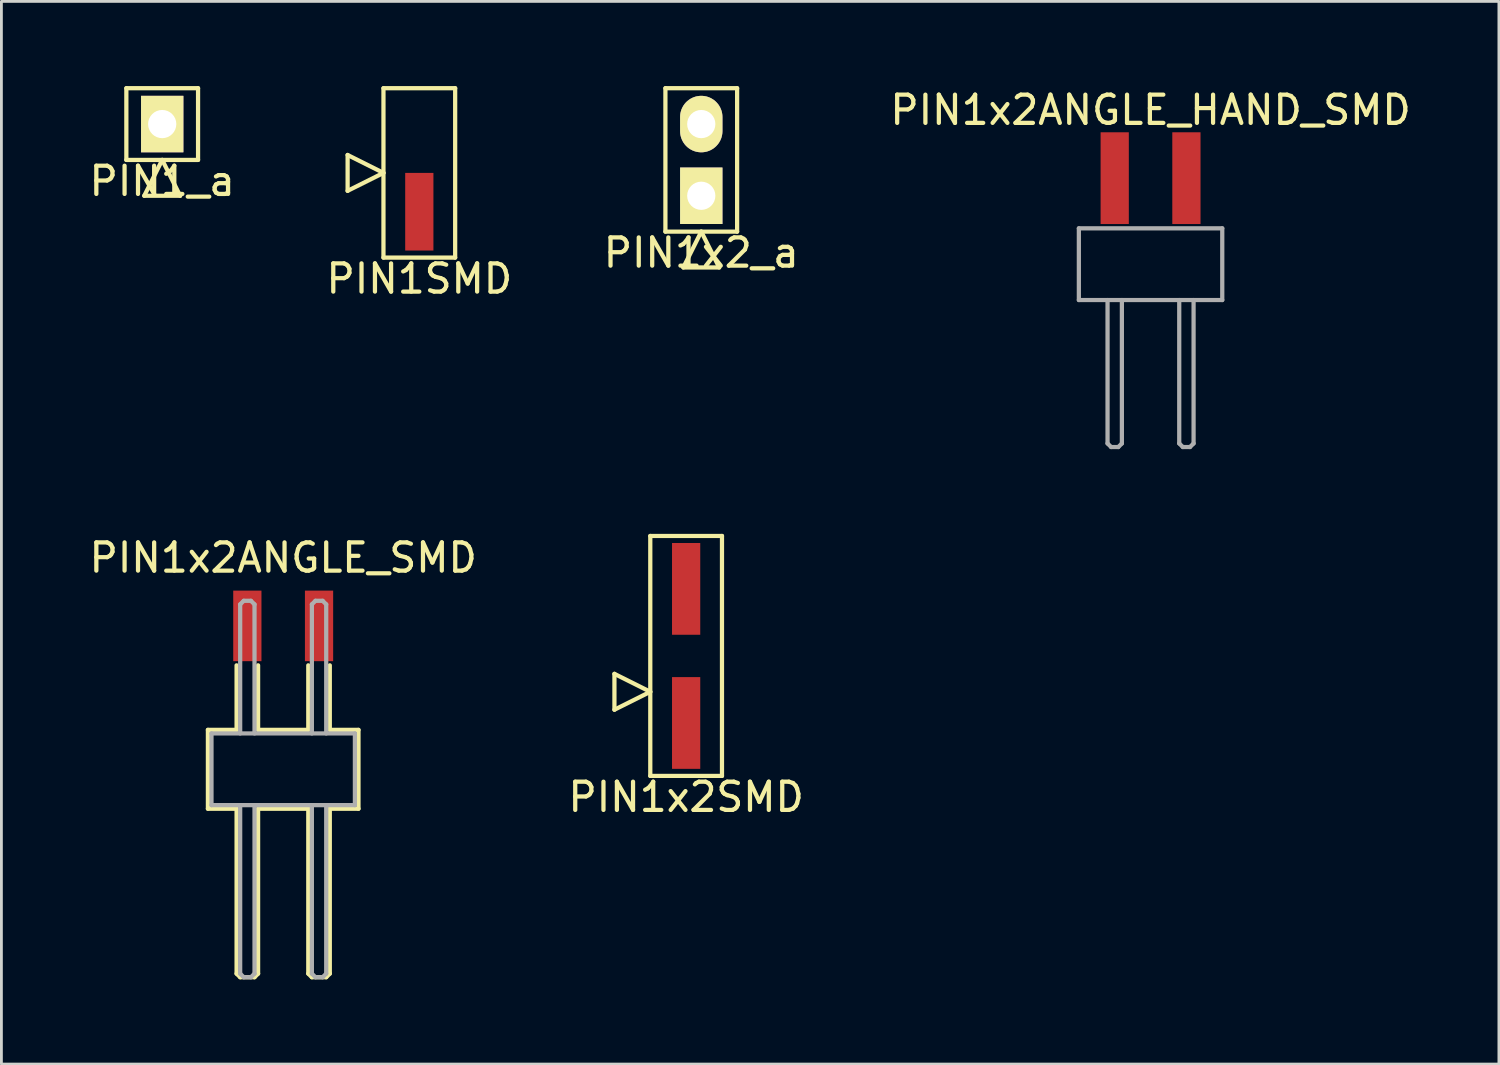
<source format=kicad_pcb>
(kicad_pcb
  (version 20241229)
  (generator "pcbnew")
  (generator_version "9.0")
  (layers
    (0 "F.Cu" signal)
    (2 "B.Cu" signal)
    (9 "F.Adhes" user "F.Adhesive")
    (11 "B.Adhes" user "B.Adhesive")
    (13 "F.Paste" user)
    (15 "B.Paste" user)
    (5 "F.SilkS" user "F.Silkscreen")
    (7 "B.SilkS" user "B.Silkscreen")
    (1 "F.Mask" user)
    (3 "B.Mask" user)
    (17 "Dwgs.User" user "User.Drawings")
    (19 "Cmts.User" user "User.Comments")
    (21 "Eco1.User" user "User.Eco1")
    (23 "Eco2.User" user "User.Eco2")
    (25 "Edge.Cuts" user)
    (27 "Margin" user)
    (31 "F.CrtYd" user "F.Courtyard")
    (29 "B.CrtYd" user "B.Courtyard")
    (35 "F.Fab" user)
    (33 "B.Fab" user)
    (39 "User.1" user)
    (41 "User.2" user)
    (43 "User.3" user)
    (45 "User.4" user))
  (footprint "PIN1x2_a"
    (layer "F.Cu")
    (at 21.792 2.615)
    (property "Reference" "PIN1x2_a" (at 0 3.29 0) (layer "F.SilkS") (effects (font (size 1 1) (thickness 0.15))))
    (attr through_hole)
    (fp_line (start -1.27 -2.54) (end -1.27 2.54) (stroke (width 0.15) (type solid)) (layer "F.SilkS"))
    (fp_line (start -1.27 2.54) (end 1.27 2.54) (stroke (width 0.15) (type solid)) (layer "F.SilkS"))
    (fp_line (start -0.635 3.81) (end 0 2.54) (stroke (width 0.15) (type solid)) (layer "F.SilkS"))
    (fp_line (start -0.635 3.81) (end 0.635 3.81) (stroke (width 0.15) (type solid)) (layer "F.SilkS"))
    (fp_line (start 0.635 3.81) (end 0 2.54) (stroke (width 0.15) (type solid)) (layer "F.SilkS"))
    (fp_line (start 1.27 -2.54) (end -1.27 -2.54) (stroke (width 0.15) (type solid)) (layer "F.SilkS"))
    (fp_line (start 1.27 2.54) (end 1.27 -2.54) (stroke (width 0.15) (type solid)) (layer "F.SilkS"))
    (pad "1" thru_hole rect (at 0 1.27) (size 1.5 2) (drill 1) (layers "*.Cu" "*.Mask" "F.SilkS"))
    (pad "2" thru_hole oval (at 0 -1.27) (size 1.5 2) (drill 1) (layers "*.Cu" "*.Mask" "F.SilkS")))
  (footprint "PIN1x2SMD"
    (layer "F.Cu")
    (at 21.256 20.186)
    (property "Reference" "PIN1x2SMD" (at 0 5 0) (layer "F.SilkS") (effects (font (size 1 1) (thickness 0.15))))
    (attr through_hole)
    (fp_line (start -2.54 1.905) (end -2.54 0.635) (stroke (width 0.15) (type solid)) (layer "F.SilkS"))
    (fp_line (start -1.27 -4.25) (end -1.27 4.25) (stroke (width 0.15) (type solid)) (layer "F.SilkS"))
    (fp_line (start -1.27 1.27) (end -2.54 0.635) (stroke (width 0.15) (type solid)) (layer "F.SilkS"))
    (fp_line (start -1.27 1.27) (end -2.54 1.905) (stroke (width 0.15) (type solid)) (layer "F.SilkS"))
    (fp_line (start -1.27 4.25) (end 1.27 4.25) (stroke (width 0.15) (type solid)) (layer "F.SilkS"))
    (fp_line (start 1.27 -4.25) (end -1.27 -4.25) (stroke (width 0.15) (type solid)) (layer "F.SilkS"))
    (fp_line (start 1.27 4.25) (end 1.27 -4.25) (stroke (width 0.15) (type solid)) (layer "F.SilkS"))
    (pad "1" smd rect (at 0 2.375) (size 1 3.25) (layers "F.Cu" "F.Mask" "F.Paste"))
    (pad "2" smd rect (at 0 -2.375) (size 1 3.25) (layers "F.Cu" "F.Mask" "F.Paste")))
  (footprint "PIN1x2ANGLE_HAND_SMD"
    (layer "F.Cu")
    (at 37.708 3.261)
    (property "Reference" "PIN1x2ANGLE_HAND_SMD" (at 0 -2.413 0) (layer "F.SilkS") (effects (font (size 1 1) (thickness 0.15))))
    (attr through_hole)
    (fp_line (start -2.54 1.778) (end 2.54 1.778) (stroke (width 0.15) (type solid)) (layer "F.Fab"))
    (fp_line (start -2.54 4.318) (end -2.54 1.778) (stroke (width 0.15) (type solid)) (layer "F.Fab"))
    (fp_line (start -1.524 4.318) (end -1.524 9.398) (stroke (width 0.15) (type solid)) (layer "F.Fab"))
    (fp_line (start -1.524 9.398) (end -1.397 9.525) (stroke (width 0.15) (type solid)) (layer "F.Fab"))
    (fp_line (start -1.397 9.525) (end -1.143 9.525) (stroke (width 0.15) (type solid)) (layer "F.Fab"))
    (fp_line (start -1.143 9.525) (end -1.016 9.398) (stroke (width 0.15) (type solid)) (layer "F.Fab"))
    (fp_line (start -1.016 9.398) (end -1.016 4.318) (stroke (width 0.15) (type solid)) (layer "F.Fab"))
    (fp_line (start 1.016 4.318) (end 1.016 9.398) (stroke (width 0.15) (type solid)) (layer "F.Fab"))
    (fp_line (start 1.016 9.398) (end 1.143 9.525) (stroke (width 0.15) (type solid)) (layer "F.Fab"))
    (fp_line (start 1.143 9.525) (end 1.397 9.525) (stroke (width 0.15) (type solid)) (layer "F.Fab"))
    (fp_line (start 1.397 9.525) (end 1.524 9.398) (stroke (width 0.15) (type solid)) (layer "F.Fab"))
    (fp_line (start 1.524 9.398) (end 1.524 4.318) (stroke (width 0.15) (type solid)) (layer "F.Fab"))
    (fp_line (start 2.54 1.778) (end 2.54 4.318) (stroke (width 0.15) (type solid)) (layer "F.Fab"))
    (fp_line (start 2.54 4.318) (end -2.54 4.318) (stroke (width 0.15) (type solid)) (layer "F.Fab"))
    (pad "1" smd rect (at -1.27 0) (size 1 3.25) (layers "F.Cu" "F.Mask" "F.Paste"))
    (pad "2" smd rect (at 1.27 0) (size 1 3.25) (layers "F.Cu" "F.Mask" "F.Paste")))
  (footprint "PIN1SMD"
    (layer "F.Cu")
    (at 11.804 3.075)
    (property "Reference" "PIN1SMD" (at 0 3.75 0) (layer "F.SilkS") (effects (font (size 1 1) (thickness 0.15))))
    (attr through_hole)
    (fp_line (start -2.54 0.635) (end -2.54 -0.635) (stroke (width 0.15) (type solid)) (layer "F.SilkS"))
    (fp_line (start -1.27 -3) (end -1.27 3) (stroke (width 0.15) (type solid)) (layer "F.SilkS"))
    (fp_line (start -1.27 0) (end -2.54 -0.635) (stroke (width 0.15) (type solid)) (layer "F.SilkS"))
    (fp_line (start -1.27 0) (end -2.54 0.635) (stroke (width 0.15) (type solid)) (layer "F.SilkS"))
    (fp_line (start -1.27 3) (end 1.27 3) (stroke (width 0.15) (type solid)) (layer "F.SilkS"))
    (fp_line (start 1.27 -3) (end -1.27 -3) (stroke (width 0.15) (type solid)) (layer "F.SilkS"))
    (fp_line (start 1.27 3) (end 1.27 -3) (stroke (width 0.15) (type solid)) (layer "F.SilkS"))
    (pad "1" smd rect (at 0 1.375) (size 1 2.75) (layers "F.Cu" "F.Mask" "F.Paste")))
  (footprint "PIN1_a"
    (layer "F.Cu")
    (at 2.696 1.345)
    (property "Reference" "PIN1_a" (at 0 2.02 0) (layer "F.SilkS") (effects (font (size 1 1) (thickness 0.15))))
    (attr through_hole)
    (fp_line (start -1.27 -1.27) (end -1.27 1.27) (stroke (width 0.15) (type solid)) (layer "F.SilkS"))
    (fp_line (start -1.27 1.27) (end 1.27 1.27) (stroke (width 0.15) (type solid)) (layer "F.SilkS"))
    (fp_line (start -0.635 2.54) (end 0 1.27) (stroke (width 0.15) (type solid)) (layer "F.SilkS"))
    (fp_line (start -0.635 2.54) (end 0.635 2.54) (stroke (width 0.15) (type solid)) (layer "F.SilkS"))
    (fp_line (start 0.635 2.54) (end 0 1.27) (stroke (width 0.15) (type solid)) (layer "F.SilkS"))
    (fp_line (start 1.27 -1.27) (end -1.27 -1.27) (stroke (width 0.15) (type solid)) (layer "F.SilkS"))
    (fp_line (start 1.27 1.27) (end 1.27 -1.27) (stroke (width 0.15) (type solid)) (layer "F.SilkS"))
    (pad "1" thru_hole rect (at 0 0) (size 1.5 2) (drill 1) (layers "*.Cu" "*.Mask" "F.SilkS")))
  (footprint "PIN1x2ANGLE_SMD"
    (layer "F.Cu")
    (at 6.982 19.122)
    (property "Reference" "PIN1x2ANGLE_SMD" (at 0 -2.413 0) (layer "F.SilkS") (effects (font (size 1 1) (thickness 0.15))))
    (attr through_hole)
    (fp_line (start -2.667 3.683) (end -2.667 6.477) (stroke (width 0.15) (type solid)) (layer "F.SilkS"))
    (fp_line (start -2.667 6.477) (end -1.651 6.477) (stroke (width 0.15) (type solid)) (layer "F.SilkS"))
    (fp_line (start -1.651 1.397) (end -1.651 3.683) (stroke (width 0.15) (type solid)) (layer "F.SilkS"))
    (fp_line (start -1.651 3.683) (end -2.667 3.683) (stroke (width 0.15) (type solid)) (layer "F.SilkS"))
    (fp_line (start -1.651 6.477) (end -1.651 12.319) (stroke (width 0.15) (type solid)) (layer "F.SilkS"))
    (fp_line (start -1.651 12.319) (end -1.524 12.446) (stroke (width 0.15) (type solid)) (layer "F.SilkS"))
    (fp_line (start -1.524 12.446) (end -1.016 12.446) (stroke (width 0.15) (type solid)) (layer "F.SilkS"))
    (fp_line (start -1.016 12.446) (end -0.889 12.319) (stroke (width 0.15) (type solid)) (layer "F.SilkS"))
    (fp_line (start -0.889 3.683) (end -0.889 1.397) (stroke (width 0.15) (type solid)) (layer "F.SilkS"))
    (fp_line (start -0.889 6.477) (end 0.889 6.477) (stroke (width 0.15) (type solid)) (layer "F.SilkS"))
    (fp_line (start -0.889 12.319) (end -0.889 6.477) (stroke (width 0.15) (type solid)) (layer "F.SilkS"))
    (fp_line (start 0.889 1.397) (end 0.889 3.683) (stroke (width 0.15) (type solid)) (layer "F.SilkS"))
    (fp_line (start 0.889 3.683) (end -0.889 3.683) (stroke (width 0.15) (type solid)) (layer "F.SilkS"))
    (fp_line (start 0.889 6.477) (end 0.889 12.319) (stroke (width 0.15) (type solid)) (layer "F.SilkS"))
    (fp_line (start 0.889 12.319) (end 1.016 12.446) (stroke (width 0.15) (type solid)) (layer "F.SilkS"))
    (fp_line (start 1.016 12.446) (end 1.524 12.446) (stroke (width 0.15) (type solid)) (layer "F.SilkS"))
    (fp_line (start 1.524 12.446) (end 1.651 12.319) (stroke (width 0.15) (type solid)) (layer "F.SilkS"))
    (fp_line (start 1.651 3.683) (end 1.651 1.397) (stroke (width 0.15) (type solid)) (layer "F.SilkS"))
    (fp_line (start 1.651 6.477) (end 2.667 6.477) (stroke (width 0.15) (type solid)) (layer "F.SilkS"))
    (fp_line (start 1.651 12.319) (end 1.651 6.477) (stroke (width 0.15) (type solid)) (layer "F.SilkS"))
    (fp_line (start 2.667 3.683) (end 1.651 3.683) (stroke (width 0.15) (type solid)) (layer "F.SilkS"))
    (fp_line (start 2.667 6.477) (end 2.667 3.683) (stroke (width 0.15) (type solid)) (layer "F.SilkS"))
    (fp_line (start -2.54 3.81) (end 2.54 3.81) (stroke (width 0.15) (type solid)) (layer "F.Fab"))
    (fp_line (start -2.54 6.35) (end -2.54 3.81) (stroke (width 0.15) (type solid)) (layer "F.Fab"))
    (fp_line (start -1.524 -0.762) (end -1.524 3.81) (stroke (width 0.15) (type solid)) (layer "F.Fab"))
    (fp_line (start -1.524 6.35) (end -1.524 12.319) (stroke (width 0.15) (type solid)) (layer "F.Fab"))
    (fp_line (start -1.524 12.319) (end -1.397 12.446) (stroke (width 0.15) (type solid)) (layer "F.Fab"))
    (fp_line (start -1.397 -0.889) (end -1.524 -0.762) (stroke (width 0.15) (type solid)) (layer "F.Fab"))
    (fp_line (start -1.397 12.446) (end -1.143 12.446) (stroke (width 0.15) (type solid)) (layer "F.Fab"))
    (fp_line (start -1.143 -0.889) (end -1.397 -0.889) (stroke (width 0.15) (type solid)) (layer "F.Fab"))
    (fp_line (start -1.143 12.446) (end -1.016 12.319) (stroke (width 0.15) (type solid)) (layer "F.Fab"))
    (fp_line (start -1.016 -0.762) (end -1.143 -0.889) (stroke (width 0.15) (type solid)) (layer "F.Fab"))
    (fp_line (start -1.016 3.81) (end -1.016 -0.762) (stroke (width 0.15) (type solid)) (layer "F.Fab"))
    (fp_line (start -1.016 12.319) (end -1.016 6.35) (stroke (width 0.15) (type solid)) (layer "F.Fab"))
    (fp_line (start 1.016 -0.762) (end 1.016 3.81) (stroke (width 0.15) (type solid)) (layer "F.Fab"))
    (fp_line (start 1.016 6.35) (end 1.016 12.319) (stroke (width 0.15) (type solid)) (layer "F.Fab"))
    (fp_line (start 1.016 12.319) (end 1.143 12.446) (stroke (width 0.15) (type solid)) (layer "F.Fab"))
    (fp_line (start 1.143 -0.889) (end 1.016 -0.762) (stroke (width 0.15) (type solid)) (layer "F.Fab"))
    (fp_line (start 1.143 12.446) (end 1.397 12.446) (stroke (width 0.15) (type solid)) (layer "F.Fab"))
    (fp_line (start 1.397 -0.889) (end 1.143 -0.889) (stroke (width 0.15) (type solid)) (layer "F.Fab"))
    (fp_line (start 1.397 12.446) (end 1.524 12.319) (stroke (width 0.15) (type solid)) (layer "F.Fab"))
    (fp_line (start 1.524 -0.762) (end 1.397 -0.889) (stroke (width 0.15) (type solid)) (layer "F.Fab"))
    (fp_line (start 1.524 3.81) (end 1.524 -0.762) (stroke (width 0.15) (type solid)) (layer "F.Fab"))
    (fp_line (start 1.524 12.319) (end 1.524 6.35) (stroke (width 0.15) (type solid)) (layer "F.Fab"))
    (fp_line (start 2.54 3.81) (end 2.54 6.35) (stroke (width 0.15) (type solid)) (layer "F.Fab"))
    (fp_line (start 2.54 6.35) (end -2.54 6.35) (stroke (width 0.15) (type solid)) (layer "F.Fab"))
    (pad "1" smd rect (at -1.27 0) (size 1 2.5) (layers "F.Cu" "F.Mask" "F.Paste"))
    (pad "2" smd rect (at 1.27 0) (size 1 2.5) (layers "F.Cu" "F.Mask" "F.Paste")))
  (gr_rect
    (start -3 -3)
    (end 50.048 34.644)
    (stroke (width 0.1) (type default))
    (fill no)
    (layer "Edge.Cuts")))
</source>
